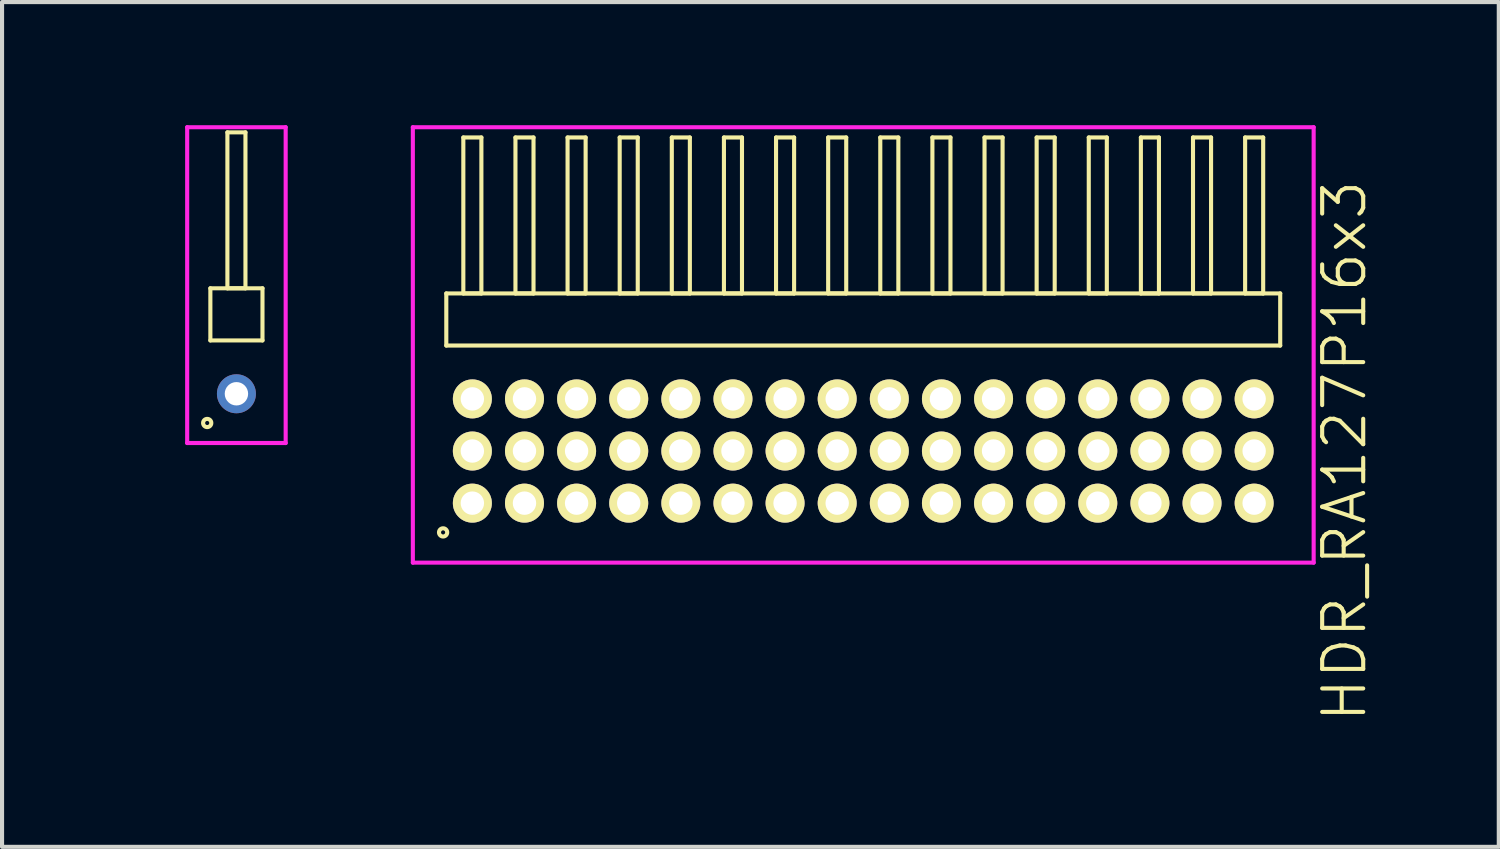
<source format=kicad_pcb>
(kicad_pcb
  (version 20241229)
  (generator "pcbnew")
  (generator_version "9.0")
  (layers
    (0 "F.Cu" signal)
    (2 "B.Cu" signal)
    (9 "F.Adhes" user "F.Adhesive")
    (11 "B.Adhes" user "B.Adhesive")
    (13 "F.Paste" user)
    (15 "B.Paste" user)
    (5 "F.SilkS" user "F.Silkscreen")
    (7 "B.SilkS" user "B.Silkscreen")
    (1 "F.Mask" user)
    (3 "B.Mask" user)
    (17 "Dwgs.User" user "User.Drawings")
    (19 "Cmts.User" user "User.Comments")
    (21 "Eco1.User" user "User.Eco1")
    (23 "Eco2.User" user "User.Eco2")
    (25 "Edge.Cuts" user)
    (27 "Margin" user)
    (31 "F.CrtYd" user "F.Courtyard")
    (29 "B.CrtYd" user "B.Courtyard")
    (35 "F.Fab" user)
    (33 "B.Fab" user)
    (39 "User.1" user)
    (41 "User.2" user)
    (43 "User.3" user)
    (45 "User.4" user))
  (footprint "HDR_RA127P16x3"
    (layer "F.Cu")
    (at 17.985 7.94)
    (property "Reference" "HDR_RA127P16x3" (at 11.725 0 90) (layer "F.SilkS") (effects (font (size 1 1) (thickness 0.1))))
    (attr through_hole)
    (fp_line (start -10.16 -3.84) (end -10.16 -2.57) (stroke (width 0.1) (type solid)) (layer "F.SilkS"))
    (fp_line (start -10.16 -2.57) (end 10.16 -2.57) (stroke (width 0.1) (type solid)) (layer "F.SilkS"))
    (fp_line (start -9.745 -7.64) (end -9.745 -3.84) (stroke (width 0.1) (type solid)) (layer "F.SilkS"))
    (fp_line (start -9.745 -3.84) (end -9.305 -3.84) (stroke (width 0.1) (type solid)) (layer "F.SilkS"))
    (fp_line (start -9.305 -7.64) (end -9.745 -7.64) (stroke (width 0.1) (type solid)) (layer "F.SilkS"))
    (fp_line (start -9.305 -3.84) (end -9.305 -7.64) (stroke (width 0.1) (type solid)) (layer "F.SilkS"))
    (fp_line (start -8.475 -7.64) (end -8.475 -3.84) (stroke (width 0.1) (type solid)) (layer "F.SilkS"))
    (fp_line (start -8.475 -3.84) (end -8.035 -3.84) (stroke (width 0.1) (type solid)) (layer "F.SilkS"))
    (fp_line (start -8.035 -7.64) (end -8.475 -7.64) (stroke (width 0.1) (type solid)) (layer "F.SilkS"))
    (fp_line (start -8.035 -3.84) (end -8.035 -7.64) (stroke (width 0.1) (type solid)) (layer "F.SilkS"))
    (fp_line (start -7.205 -7.64) (end -7.205 -3.84) (stroke (width 0.1) (type solid)) (layer "F.SilkS"))
    (fp_line (start -7.205 -3.84) (end -6.765 -3.84) (stroke (width 0.1) (type solid)) (layer "F.SilkS"))
    (fp_line (start -6.765 -7.64) (end -7.205 -7.64) (stroke (width 0.1) (type solid)) (layer "F.SilkS"))
    (fp_line (start -6.765 -3.84) (end -6.765 -7.64) (stroke (width 0.1) (type solid)) (layer "F.SilkS"))
    (fp_line (start -5.935 -7.64) (end -5.935 -3.84) (stroke (width 0.1) (type solid)) (layer "F.SilkS"))
    (fp_line (start -5.935 -3.84) (end -5.495 -3.84) (stroke (width 0.1) (type solid)) (layer "F.SilkS"))
    (fp_line (start -5.495 -7.64) (end -5.935 -7.64) (stroke (width 0.1) (type solid)) (layer "F.SilkS"))
    (fp_line (start -5.495 -3.84) (end -5.495 -7.64) (stroke (width 0.1) (type solid)) (layer "F.SilkS"))
    (fp_line (start -4.665 -7.64) (end -4.665 -3.84) (stroke (width 0.1) (type solid)) (layer "F.SilkS"))
    (fp_line (start -4.665 -3.84) (end -4.225 -3.84) (stroke (width 0.1) (type solid)) (layer "F.SilkS"))
    (fp_line (start -4.225 -7.64) (end -4.665 -7.64) (stroke (width 0.1) (type solid)) (layer "F.SilkS"))
    (fp_line (start -4.225 -3.84) (end -4.225 -7.64) (stroke (width 0.1) (type solid)) (layer "F.SilkS"))
    (fp_line (start -3.395 -7.64) (end -3.395 -3.84) (stroke (width 0.1) (type solid)) (layer "F.SilkS"))
    (fp_line (start -3.395 -3.84) (end -2.955 -3.84) (stroke (width 0.1) (type solid)) (layer "F.SilkS"))
    (fp_line (start -2.955 -7.64) (end -3.395 -7.64) (stroke (width 0.1) (type solid)) (layer "F.SilkS"))
    (fp_line (start -2.955 -3.84) (end -2.955 -7.64) (stroke (width 0.1) (type solid)) (layer "F.SilkS"))
    (fp_line (start -2.125 -7.64) (end -2.125 -3.84) (stroke (width 0.1) (type solid)) (layer "F.SilkS"))
    (fp_line (start -2.125 -3.84) (end -1.685 -3.84) (stroke (width 0.1) (type solid)) (layer "F.SilkS"))
    (fp_line (start -1.685 -7.64) (end -2.125 -7.64) (stroke (width 0.1) (type solid)) (layer "F.SilkS"))
    (fp_line (start -1.685 -3.84) (end -1.685 -7.64) (stroke (width 0.1) (type solid)) (layer "F.SilkS"))
    (fp_line (start -0.855 -7.64) (end -0.855 -3.84) (stroke (width 0.1) (type solid)) (layer "F.SilkS"))
    (fp_line (start -0.855 -3.84) (end -0.415 -3.84) (stroke (width 0.1) (type solid)) (layer "F.SilkS"))
    (fp_line (start -0.415 -7.64) (end -0.855 -7.64) (stroke (width 0.1) (type solid)) (layer "F.SilkS"))
    (fp_line (start -0.415 -3.84) (end -0.415 -7.64) (stroke (width 0.1) (type solid)) (layer "F.SilkS"))
    (fp_line (start 0.415 -7.64) (end 0.415 -3.84) (stroke (width 0.1) (type solid)) (layer "F.SilkS"))
    (fp_line (start 0.415 -3.84) (end 0.855 -3.84) (stroke (width 0.1) (type solid)) (layer "F.SilkS"))
    (fp_line (start 0.855 -7.64) (end 0.415 -7.64) (stroke (width 0.1) (type solid)) (layer "F.SilkS"))
    (fp_line (start 0.855 -3.84) (end 0.855 -7.64) (stroke (width 0.1) (type solid)) (layer "F.SilkS"))
    (fp_line (start 1.685 -7.64) (end 1.685 -3.84) (stroke (width 0.1) (type solid)) (layer "F.SilkS"))
    (fp_line (start 1.685 -3.84) (end 2.125 -3.84) (stroke (width 0.1) (type solid)) (layer "F.SilkS"))
    (fp_line (start 2.125 -7.64) (end 1.685 -7.64) (stroke (width 0.1) (type solid)) (layer "F.SilkS"))
    (fp_line (start 2.125 -3.84) (end 2.125 -7.64) (stroke (width 0.1) (type solid)) (layer "F.SilkS"))
    (fp_line (start 2.955 -7.64) (end 2.955 -3.84) (stroke (width 0.1) (type solid)) (layer "F.SilkS"))
    (fp_line (start 2.955 -3.84) (end 3.395 -3.84) (stroke (width 0.1) (type solid)) (layer "F.SilkS"))
    (fp_line (start 3.395 -7.64) (end 2.955 -7.64) (stroke (width 0.1) (type solid)) (layer "F.SilkS"))
    (fp_line (start 3.395 -3.84) (end 3.395 -7.64) (stroke (width 0.1) (type solid)) (layer "F.SilkS"))
    (fp_line (start 4.225 -7.64) (end 4.225 -3.84) (stroke (width 0.1) (type solid)) (layer "F.SilkS"))
    (fp_line (start 4.225 -3.84) (end 4.665 -3.84) (stroke (width 0.1) (type solid)) (layer "F.SilkS"))
    (fp_line (start 4.665 -7.64) (end 4.225 -7.64) (stroke (width 0.1) (type solid)) (layer "F.SilkS"))
    (fp_line (start 4.665 -3.84) (end 4.665 -7.64) (stroke (width 0.1) (type solid)) (layer "F.SilkS"))
    (fp_line (start 5.495 -7.64) (end 5.495 -3.84) (stroke (width 0.1) (type solid)) (layer "F.SilkS"))
    (fp_line (start 5.495 -3.84) (end 5.935 -3.84) (stroke (width 0.1) (type solid)) (layer "F.SilkS"))
    (fp_line (start 5.935 -7.64) (end 5.495 -7.64) (stroke (width 0.1) (type solid)) (layer "F.SilkS"))
    (fp_line (start 5.935 -3.84) (end 5.935 -7.64) (stroke (width 0.1) (type solid)) (layer "F.SilkS"))
    (fp_line (start 6.765 -7.64) (end 6.765 -3.84) (stroke (width 0.1) (type solid)) (layer "F.SilkS"))
    (fp_line (start 6.765 -3.84) (end 7.205 -3.84) (stroke (width 0.1) (type solid)) (layer "F.SilkS"))
    (fp_line (start 7.205 -7.64) (end 6.765 -7.64) (stroke (width 0.1) (type solid)) (layer "F.SilkS"))
    (fp_line (start 7.205 -3.84) (end 7.205 -7.64) (stroke (width 0.1) (type solid)) (layer "F.SilkS"))
    (fp_line (start 8.035 -7.64) (end 8.035 -3.84) (stroke (width 0.1) (type solid)) (layer "F.SilkS"))
    (fp_line (start 8.035 -3.84) (end 8.475 -3.84) (stroke (width 0.1) (type solid)) (layer "F.SilkS"))
    (fp_line (start 8.475 -7.64) (end 8.035 -7.64) (stroke (width 0.1) (type solid)) (layer "F.SilkS"))
    (fp_line (start 8.475 -3.84) (end 8.475 -7.64) (stroke (width 0.1) (type solid)) (layer "F.SilkS"))
    (fp_line (start 9.305 -7.64) (end 9.305 -3.84) (stroke (width 0.1) (type solid)) (layer "F.SilkS"))
    (fp_line (start 9.305 -3.84) (end 9.745 -3.84) (stroke (width 0.1) (type solid)) (layer "F.SilkS"))
    (fp_line (start 9.745 -7.64) (end 9.305 -7.64) (stroke (width 0.1) (type solid)) (layer "F.SilkS"))
    (fp_line (start 9.745 -3.84) (end 9.745 -7.64) (stroke (width 0.1) (type solid)) (layer "F.SilkS"))
    (fp_line (start 10.16 -3.84) (end -10.16 -3.84) (stroke (width 0.1) (type solid)) (layer "F.SilkS"))
    (fp_line (start 10.16 -2.57) (end 10.16 -3.84) (stroke (width 0.1) (type solid)) (layer "F.SilkS"))
    (fp_circle (center -10.238 1.983) (end -10.138 1.983) (stroke (width 0.1) (type solid)) (fill no) (layer "F.SilkS"))
    (fp_line (start -10.975 -7.89) (end -10.975 2.72) (stroke (width 0.1) (type solid)) (layer "F.CrtYd"))
    (fp_line (start -10.975 2.72) (end 10.975 2.72) (stroke (width 0.1) (type solid)) (layer "F.CrtYd"))
    (fp_line (start 10.975 -7.89) (end -10.975 -7.89) (stroke (width 0.1) (type solid)) (layer "F.CrtYd"))
    (fp_line (start 10.975 2.72) (end 10.975 -7.89) (stroke (width 0.1) (type solid)) (layer "F.CrtYd"))
    (pad "1" thru_hole oval (at -9.525 1.27) (size 0.95 0.95) (drill 0.57) (layers "*.Cu" "*.Mask" "F.SilkS"))
    (pad "2" thru_hole oval (at -9.525 0) (size 0.95 0.95) (drill 0.57) (layers "*.Cu" "*.Mask" "F.SilkS"))
    (pad "3" thru_hole oval (at -9.525 -1.27) (size 0.95 0.95) (drill 0.57) (layers "*.Cu" "*.Mask" "F.SilkS"))
    (pad "4" thru_hole oval (at -8.255 1.27) (size 0.95 0.95) (drill 0.57) (layers "*.Cu" "*.Mask" "F.SilkS"))
    (pad "5" thru_hole oval (at -8.255 0) (size 0.95 0.95) (drill 0.57) (layers "*.Cu" "*.Mask" "F.SilkS"))
    (pad "6" thru_hole oval (at -8.255 -1.27) (size 0.95 0.95) (drill 0.57) (layers "*.Cu" "*.Mask" "F.SilkS"))
    (pad "7" thru_hole oval (at -6.985 1.27) (size 0.95 0.95) (drill 0.57) (layers "*.Cu" "*.Mask" "F.SilkS"))
    (pad "8" thru_hole oval (at -6.985 0) (size 0.95 0.95) (drill 0.57) (layers "*.Cu" "*.Mask" "F.SilkS"))
    (pad "9" thru_hole oval (at -6.985 -1.27) (size 0.95 0.95) (drill 0.57) (layers "*.Cu" "*.Mask" "F.SilkS"))
    (pad "10" thru_hole oval (at -5.715 1.27) (size 0.95 0.95) (drill 0.57) (layers "*.Cu" "*.Mask" "F.SilkS"))
    (pad "11" thru_hole oval (at -5.715 0) (size 0.95 0.95) (drill 0.57) (layers "*.Cu" "*.Mask" "F.SilkS"))
    (pad "12" thru_hole oval (at -5.715 -1.27) (size 0.95 0.95) (drill 0.57) (layers "*.Cu" "*.Mask" "F.SilkS"))
    (pad "13" thru_hole oval (at -4.445 1.27) (size 0.95 0.95) (drill 0.57) (layers "*.Cu" "*.Mask" "F.SilkS"))
    (pad "14" thru_hole oval (at -4.445 0) (size 0.95 0.95) (drill 0.57) (layers "*.Cu" "*.Mask" "F.SilkS"))
    (pad "15" thru_hole oval (at -4.445 -1.27) (size 0.95 0.95) (drill 0.57) (layers "*.Cu" "*.Mask" "F.SilkS"))
    (pad "16" thru_hole oval (at -3.175 1.27) (size 0.95 0.95) (drill 0.57) (layers "*.Cu" "*.Mask" "F.SilkS"))
    (pad "17" thru_hole oval (at -3.175 0) (size 0.95 0.95) (drill 0.57) (layers "*.Cu" "*.Mask" "F.SilkS"))
    (pad "18" thru_hole oval (at -3.175 -1.27) (size 0.95 0.95) (drill 0.57) (layers "*.Cu" "*.Mask" "F.SilkS"))
    (pad "19" thru_hole oval (at -1.905 1.27) (size 0.95 0.95) (drill 0.57) (layers "*.Cu" "*.Mask" "F.SilkS"))
    (pad "20" thru_hole oval (at -1.905 0) (size 0.95 0.95) (drill 0.57) (layers "*.Cu" "*.Mask" "F.SilkS"))
    (pad "21" thru_hole oval (at -1.905 -1.27) (size 0.95 0.95) (drill 0.57) (layers "*.Cu" "*.Mask" "F.SilkS"))
    (pad "22" thru_hole oval (at -0.635 1.27) (size 0.95 0.95) (drill 0.57) (layers "*.Cu" "*.Mask" "F.SilkS"))
    (pad "23" thru_hole oval (at -0.635 0) (size 0.95 0.95) (drill 0.57) (layers "*.Cu" "*.Mask" "F.SilkS"))
    (pad "24" thru_hole oval (at -0.635 -1.27) (size 0.95 0.95) (drill 0.57) (layers "*.Cu" "*.Mask" "F.SilkS"))
    (pad "25" thru_hole oval (at 0.635 1.27) (size 0.95 0.95) (drill 0.57) (layers "*.Cu" "*.Mask" "F.SilkS"))
    (pad "26" thru_hole oval (at 0.635 0) (size 0.95 0.95) (drill 0.57) (layers "*.Cu" "*.Mask" "F.SilkS"))
    (pad "27" thru_hole oval (at 0.635 -1.27) (size 0.95 0.95) (drill 0.57) (layers "*.Cu" "*.Mask" "F.SilkS"))
    (pad "28" thru_hole oval (at 1.905 1.27) (size 0.95 0.95) (drill 0.57) (layers "*.Cu" "*.Mask" "F.SilkS"))
    (pad "29" thru_hole oval (at 1.905 0) (size 0.95 0.95) (drill 0.57) (layers "*.Cu" "*.Mask" "F.SilkS"))
    (pad "30" thru_hole oval (at 1.905 -1.27) (size 0.95 0.95) (drill 0.57) (layers "*.Cu" "*.Mask" "F.SilkS"))
    (pad "31" thru_hole oval (at 3.175 1.27) (size 0.95 0.95) (drill 0.57) (layers "*.Cu" "*.Mask" "F.SilkS"))
    (pad "32" thru_hole oval (at 3.175 0) (size 0.95 0.95) (drill 0.57) (layers "*.Cu" "*.Mask" "F.SilkS"))
    (pad "33" thru_hole oval (at 3.175 -1.27) (size 0.95 0.95) (drill 0.57) (layers "*.Cu" "*.Mask" "F.SilkS"))
    (pad "34" thru_hole oval (at 4.445 1.27) (size 0.95 0.95) (drill 0.57) (layers "*.Cu" "*.Mask" "F.SilkS"))
    (pad "35" thru_hole oval (at 4.445 0) (size 0.95 0.95) (drill 0.57) (layers "*.Cu" "*.Mask" "F.SilkS"))
    (pad "36" thru_hole oval (at 4.445 -1.27) (size 0.95 0.95) (drill 0.57) (layers "*.Cu" "*.Mask" "F.SilkS"))
    (pad "37" thru_hole oval (at 5.715 1.27) (size 0.95 0.95) (drill 0.57) (layers "*.Cu" "*.Mask" "F.SilkS"))
    (pad "38" thru_hole oval (at 5.715 0) (size 0.95 0.95) (drill 0.57) (layers "*.Cu" "*.Mask" "F.SilkS"))
    (pad "39" thru_hole oval (at 5.715 -1.27) (size 0.95 0.95) (drill 0.57) (layers "*.Cu" "*.Mask" "F.SilkS"))
    (pad "40" thru_hole oval (at 6.985 1.27) (size 0.95 0.95) (drill 0.57) (layers "*.Cu" "*.Mask" "F.SilkS"))
    (pad "41" thru_hole oval (at 6.985 0) (size 0.95 0.95) (drill 0.57) (layers "*.Cu" "*.Mask" "F.SilkS"))
    (pad "42" thru_hole oval (at 6.985 -1.27) (size 0.95 0.95) (drill 0.57) (layers "*.Cu" "*.Mask" "F.SilkS"))
    (pad "43" thru_hole oval (at 8.255 1.27) (size 0.95 0.95) (drill 0.57) (layers "*.Cu" "*.Mask" "F.SilkS"))
    (pad "44" thru_hole oval (at 8.255 0) (size 0.95 0.95) (drill 0.57) (layers "*.Cu" "*.Mask" "F.SilkS"))
    (pad "45" thru_hole oval (at 8.255 -1.27) (size 0.95 0.95) (drill 0.57) (layers "*.Cu" "*.Mask" "F.SilkS"))
    (pad "46" thru_hole oval (at 9.525 1.27) (size 0.95 0.95) (drill 0.57) (layers "*.Cu" "*.Mask" "F.SilkS"))
    (pad "47" thru_hole oval (at 9.525 0) (size 0.95 0.95) (drill 0.57) (layers "*.Cu" "*.Mask" "F.SilkS"))
    (pad "48" thru_hole oval (at 9.525 -1.27) (size 0.95 0.95) (drill 0.57) (layers "*.Cu" "*.Mask" "F.SilkS")))
  (footprint "HDR_RA127P1x1"
    (layer "F.Cu")
    (at 2.711 6.545)
    (property "Reference" "HDR_RA127P1x1" (at -1.95 0 90) (layer "User.1") (effects (font (size 1 1) (thickness 0.1))))
    (attr through_hole)
    (fp_line (start -0.635 -2.57) (end -0.635 -1.3) (stroke (width 0.1) (type solid)) (layer "F.SilkS"))
    (fp_line (start -0.635 -1.3) (end 0.635 -1.3) (stroke (width 0.1) (type solid)) (layer "F.SilkS"))
    (fp_line (start -0.22 -6.37) (end -0.22 -2.57) (stroke (width 0.1) (type solid)) (layer "F.SilkS"))
    (fp_line (start -0.22 -2.57) (end 0.22 -2.57) (stroke (width 0.1) (type solid)) (layer "F.SilkS"))
    (fp_line (start 0.22 -6.37) (end -0.22 -6.37) (stroke (width 0.1) (type solid)) (layer "F.SilkS"))
    (fp_line (start 0.22 -2.57) (end 0.22 -6.37) (stroke (width 0.1) (type solid)) (layer "F.SilkS"))
    (fp_line (start 0.635 -2.57) (end -0.635 -2.57) (stroke (width 0.1) (type solid)) (layer "F.SilkS"))
    (fp_line (start 0.635 -1.3) (end 0.635 -2.57) (stroke (width 0.1) (type solid)) (layer "F.SilkS"))
    (fp_circle (center -0.712 0.712) (end -0.612 0.712) (stroke (width 0.1) (type solid)) (fill no) (layer "F.SilkS"))
    (fp_line (start -1.2 -6.495) (end -1.2 1.2) (stroke (width 0.1) (type solid)) (layer "F.CrtYd"))
    (fp_line (start -1.2 1.2) (end 1.2 1.2) (stroke (width 0.1) (type solid)) (layer "F.CrtYd"))
    (fp_line (start 1.2 -6.495) (end -1.2 -6.495) (stroke (width 0.1) (type solid)) (layer "F.CrtYd"))
    (fp_line (start 1.2 1.2) (end 1.2 -6.495) (stroke (width 0.1) (type solid)) (layer "F.CrtYd"))
    (pad "1" thru_hole oval (at 0 0) (size 0.95 0.95) (drill 0.57) (layers "*.Cu" "*.Mask")))
  (gr_rect
    (start -3 -3)
    (end 33.471 17.585)
    (stroke (width 0.1) (type default))
    (fill no)
    (layer "Edge.Cuts")))
</source>
